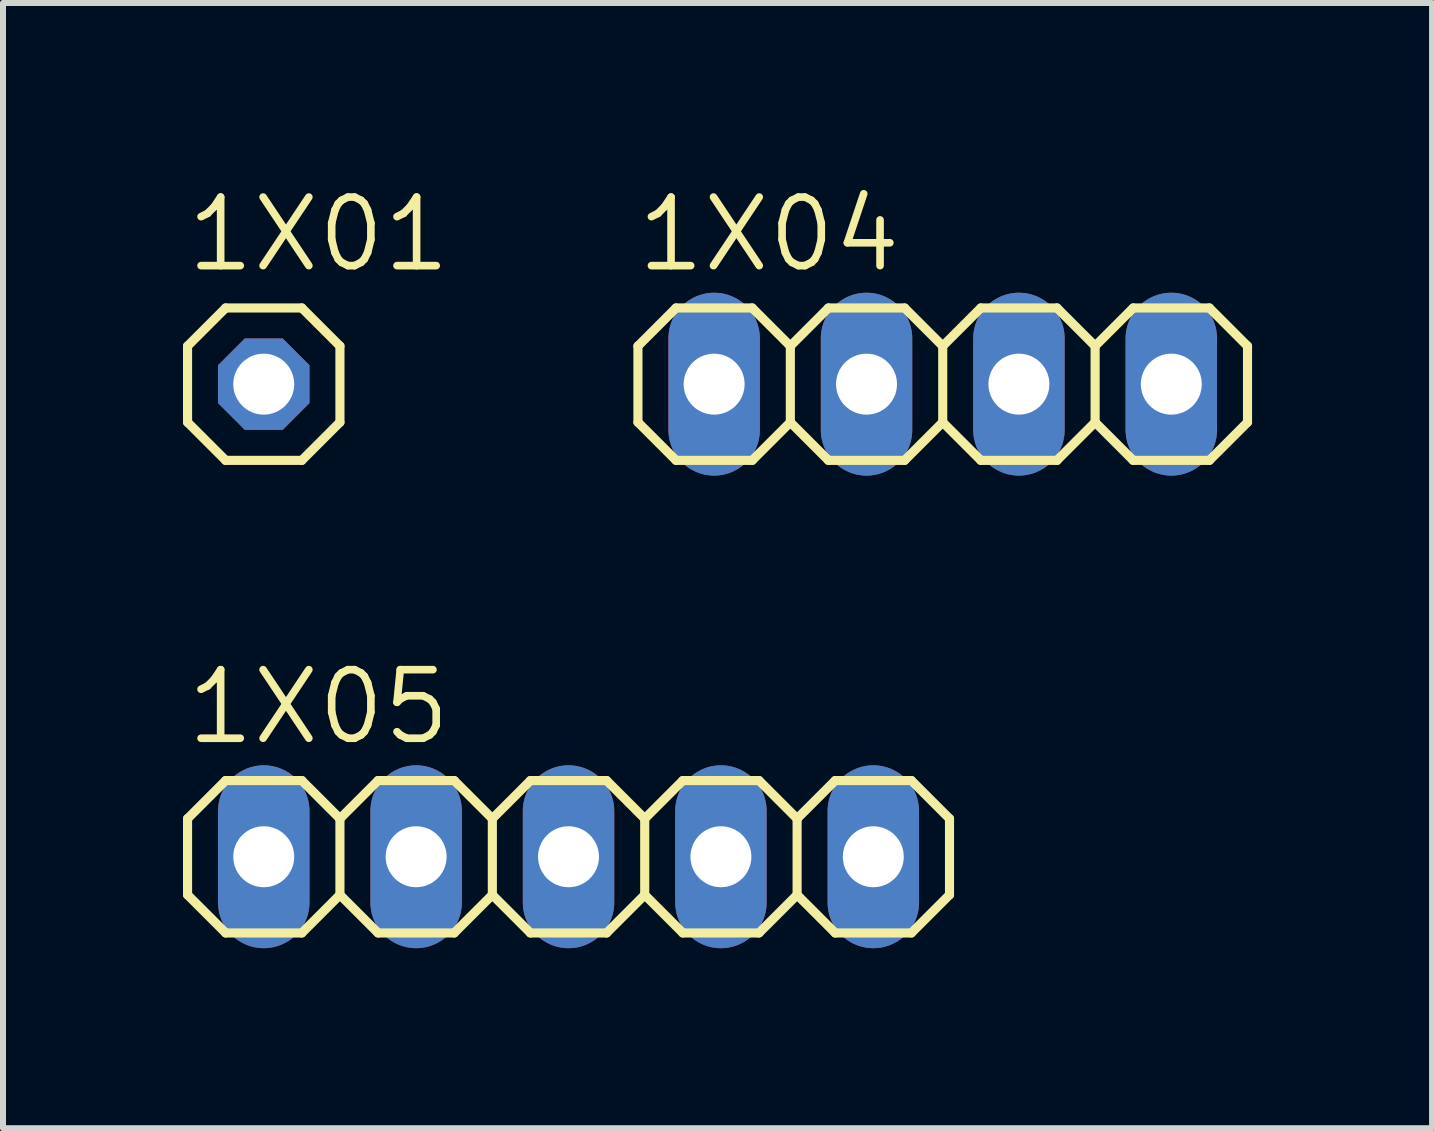
<source format=kicad_pcb>
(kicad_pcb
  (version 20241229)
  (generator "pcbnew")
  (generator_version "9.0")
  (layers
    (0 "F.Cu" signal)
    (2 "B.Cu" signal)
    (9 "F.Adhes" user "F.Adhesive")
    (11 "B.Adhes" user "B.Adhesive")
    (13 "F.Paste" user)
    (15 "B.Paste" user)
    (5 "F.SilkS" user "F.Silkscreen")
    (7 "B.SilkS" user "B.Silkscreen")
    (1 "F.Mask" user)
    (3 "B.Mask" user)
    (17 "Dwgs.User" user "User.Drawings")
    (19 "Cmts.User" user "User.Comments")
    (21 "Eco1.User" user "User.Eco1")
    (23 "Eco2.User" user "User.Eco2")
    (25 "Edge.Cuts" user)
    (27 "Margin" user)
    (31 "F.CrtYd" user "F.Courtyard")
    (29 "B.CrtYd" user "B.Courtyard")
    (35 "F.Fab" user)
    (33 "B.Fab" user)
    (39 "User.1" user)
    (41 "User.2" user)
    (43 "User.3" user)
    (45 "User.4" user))
  (footprint "1X01"
    (layer "F.Cu")
    (at 1.346 3.353)
    (property "Reference" "1X01" (at -1.346 -1.829 0) (unlocked yes) (layer "F.SilkS") (effects (font (size 1.143 1.143) (thickness 0.127)) (justify left bottom)))
    (fp_line (start -1.27 -0.635) (end -1.27 0.635) (stroke (width 0.152) (type solid)) (layer "F.SilkS"))
    (fp_line (start -1.27 0.635) (end -0.635 1.27) (stroke (width 0.152) (type solid)) (layer "F.SilkS"))
    (fp_line (start -0.635 -1.27) (end -1.27 -0.635) (stroke (width 0.152) (type solid)) (layer "F.SilkS"))
    (fp_line (start -0.635 -1.27) (end 0.635 -1.27) (stroke (width 0.152) (type solid)) (layer "F.SilkS"))
    (fp_line (start 0.635 -1.27) (end 1.27 -0.635) (stroke (width 0.152) (type solid)) (layer "F.SilkS"))
    (fp_line (start 0.635 1.27) (end -0.635 1.27) (stroke (width 0.152) (type solid)) (layer "F.SilkS"))
    (fp_line (start 1.27 -0.635) (end 1.27 0.635) (stroke (width 0.152) (type solid)) (layer "F.SilkS"))
    (fp_line (start 1.27 0.635) (end 0.635 1.27) (stroke (width 0.152) (type solid)) (layer "F.SilkS"))
    (fp_poly (pts (xy -0.254 0.254) (xy 0.254 0.254) (xy 0.254 -0.254) (xy -0.254 -0.254)) (stroke (width 0.1) (type default)) (fill no) (layer "F.Fab"))
    (pad "1" thru_hole roundrect (at 0 0) (size 1.524 1.524) (drill 1.016) (layers "*.Cu" "*.Mask") (roundrect_rratio 0.25) (chamfer_ratio 0.293) (chamfer top_left top_right bottom_left bottom_right)))
  (footprint "1X04"
    (layer "F.Cu")
    (at 12.663 3.353)
    (property "Reference" "1X04" (at -5.156 -1.829 0) (unlocked yes) (layer "F.SilkS") (effects (font (size 1.143 1.143) (thickness 0.127)) (justify left bottom)))
    (fp_line (start -5.08 -0.635) (end -5.08 0.635) (stroke (width 0.152) (type solid)) (layer "F.SilkS"))
    (fp_line (start -5.08 0.635) (end -4.445 1.27) (stroke (width 0.152) (type solid)) (layer "F.SilkS"))
    (fp_line (start -4.445 -1.27) (end -5.08 -0.635) (stroke (width 0.152) (type solid)) (layer "F.SilkS"))
    (fp_line (start -4.445 -1.27) (end -3.175 -1.27) (stroke (width 0.152) (type solid)) (layer "F.SilkS"))
    (fp_line (start -3.175 -1.27) (end -2.54 -0.635) (stroke (width 0.152) (type solid)) (layer "F.SilkS"))
    (fp_line (start -3.175 1.27) (end -4.445 1.27) (stroke (width 0.152) (type solid)) (layer "F.SilkS"))
    (fp_line (start -2.54 -0.635) (end -2.54 0.635) (stroke (width 0.152) (type solid)) (layer "F.SilkS"))
    (fp_line (start -2.54 -0.635) (end -1.905 -1.27) (stroke (width 0.152) (type solid)) (layer "F.SilkS"))
    (fp_line (start -2.54 0.635) (end -3.175 1.27) (stroke (width 0.152) (type solid)) (layer "F.SilkS"))
    (fp_line (start -1.905 -1.27) (end -0.635 -1.27) (stroke (width 0.152) (type solid)) (layer "F.SilkS"))
    (fp_line (start -1.905 1.27) (end -2.54 0.635) (stroke (width 0.152) (type solid)) (layer "F.SilkS"))
    (fp_line (start -0.635 -1.27) (end 0 -0.635) (stroke (width 0.152) (type solid)) (layer "F.SilkS"))
    (fp_line (start -0.635 1.27) (end -1.905 1.27) (stroke (width 0.152) (type solid)) (layer "F.SilkS"))
    (fp_line (start 0 -0.635) (end 0 0.635) (stroke (width 0.152) (type solid)) (layer "F.SilkS"))
    (fp_line (start 0 -0.635) (end 0.635 -1.27) (stroke (width 0.152) (type solid)) (layer "F.SilkS"))
    (fp_line (start 0 0.635) (end -0.635 1.27) (stroke (width 0.152) (type solid)) (layer "F.SilkS"))
    (fp_line (start 0.635 -1.27) (end 1.905 -1.27) (stroke (width 0.152) (type solid)) (layer "F.SilkS"))
    (fp_line (start 0.635 1.27) (end 0 0.635) (stroke (width 0.152) (type solid)) (layer "F.SilkS"))
    (fp_line (start 1.905 -1.27) (end 2.54 -0.635) (stroke (width 0.152) (type solid)) (layer "F.SilkS"))
    (fp_line (start 1.905 1.27) (end 0.635 1.27) (stroke (width 0.152) (type solid)) (layer "F.SilkS"))
    (fp_line (start 2.54 -0.635) (end 2.54 0.635) (stroke (width 0.152) (type solid)) (layer "F.SilkS"))
    (fp_line (start 2.54 0.635) (end 1.905 1.27) (stroke (width 0.152) (type solid)) (layer "F.SilkS"))
    (fp_line (start 2.54 0.635) (end 3.175 1.27) (stroke (width 0.152) (type solid)) (layer "F.SilkS"))
    (fp_line (start 3.175 -1.27) (end 2.54 -0.635) (stroke (width 0.152) (type solid)) (layer "F.SilkS"))
    (fp_line (start 3.175 -1.27) (end 4.445 -1.27) (stroke (width 0.152) (type solid)) (layer "F.SilkS"))
    (fp_line (start 4.445 -1.27) (end 5.08 -0.635) (stroke (width 0.152) (type solid)) (layer "F.SilkS"))
    (fp_line (start 4.445 1.27) (end 3.175 1.27) (stroke (width 0.152) (type solid)) (layer "F.SilkS"))
    (fp_line (start 5.08 -0.635) (end 5.08 0.635) (stroke (width 0.152) (type solid)) (layer "F.SilkS"))
    (fp_line (start 5.08 0.635) (end 4.445 1.27) (stroke (width 0.152) (type solid)) (layer "F.SilkS"))
    (fp_poly (pts (xy -4.064 0.254) (xy -3.556 0.254) (xy -3.556 -0.254) (xy -4.064 -0.254)) (stroke (width 0.1) (type default)) (fill no) (layer "F.Fab"))
    (fp_poly (pts (xy -1.524 0.254) (xy -1.016 0.254) (xy -1.016 -0.254) (xy -1.524 -0.254)) (stroke (width 0.1) (type default)) (fill no) (layer "F.Fab"))
    (fp_poly (pts (xy 1.016 0.254) (xy 1.524 0.254) (xy 1.524 -0.254) (xy 1.016 -0.254)) (stroke (width 0.1) (type default)) (fill no) (layer "F.Fab"))
    (fp_poly (pts (xy 3.556 0.254) (xy 4.064 0.254) (xy 4.064 -0.254) (xy 3.556 -0.254)) (stroke (width 0.1) (type default)) (fill no) (layer "F.Fab"))
    (pad "1" thru_hole oval (at -3.81 0 90) (size 3.048 1.524) (drill 1.016) (layers "*.Cu" "*.Mask"))
    (pad "2" thru_hole oval (at -1.27 0 90) (size 3.048 1.524) (drill 1.016) (layers "*.Cu" "*.Mask"))
    (pad "3" thru_hole oval (at 1.27 0 90) (size 3.048 1.524) (drill 1.016) (layers "*.Cu" "*.Mask"))
    (pad "4" thru_hole oval (at 3.81 0 90) (size 3.048 1.524) (drill 1.016) (layers "*.Cu" "*.Mask")))
  (footprint "1X05"
    (layer "F.Cu")
    (at 6.426 11.23)
    (property "Reference" "1X05" (at -6.426 -1.829 0) (unlocked yes) (layer "F.SilkS") (effects (font (size 1.143 1.143) (thickness 0.127)) (justify left bottom)))
    (fp_line (start -6.35 -0.635) (end -6.35 0.635) (stroke (width 0.152) (type solid)) (layer "F.SilkS"))
    (fp_line (start -6.35 0.635) (end -5.715 1.27) (stroke (width 0.152) (type solid)) (layer "F.SilkS"))
    (fp_line (start -5.715 -1.27) (end -6.35 -0.635) (stroke (width 0.152) (type solid)) (layer "F.SilkS"))
    (fp_line (start -5.715 -1.27) (end -4.445 -1.27) (stroke (width 0.152) (type solid)) (layer "F.SilkS"))
    (fp_line (start -4.445 -1.27) (end -3.81 -0.635) (stroke (width 0.152) (type solid)) (layer "F.SilkS"))
    (fp_line (start -4.445 1.27) (end -5.715 1.27) (stroke (width 0.152) (type solid)) (layer "F.SilkS"))
    (fp_line (start -3.81 -0.635) (end -3.81 0.635) (stroke (width 0.152) (type solid)) (layer "F.SilkS"))
    (fp_line (start -3.81 -0.635) (end -3.175 -1.27) (stroke (width 0.152) (type solid)) (layer "F.SilkS"))
    (fp_line (start -3.81 0.635) (end -4.445 1.27) (stroke (width 0.152) (type solid)) (layer "F.SilkS"))
    (fp_line (start -3.175 -1.27) (end -1.905 -1.27) (stroke (width 0.152) (type solid)) (layer "F.SilkS"))
    (fp_line (start -3.175 1.27) (end -3.81 0.635) (stroke (width 0.152) (type solid)) (layer "F.SilkS"))
    (fp_line (start -1.905 -1.27) (end -1.27 -0.635) (stroke (width 0.152) (type solid)) (layer "F.SilkS"))
    (fp_line (start -1.905 1.27) (end -3.175 1.27) (stroke (width 0.152) (type solid)) (layer "F.SilkS"))
    (fp_line (start -1.27 -0.635) (end -1.27 0.635) (stroke (width 0.152) (type solid)) (layer "F.SilkS"))
    (fp_line (start -1.27 -0.635) (end -0.635 -1.27) (stroke (width 0.152) (type solid)) (layer "F.SilkS"))
    (fp_line (start -1.27 0.635) (end -1.905 1.27) (stroke (width 0.152) (type solid)) (layer "F.SilkS"))
    (fp_line (start -0.635 -1.27) (end 0.635 -1.27) (stroke (width 0.152) (type solid)) (layer "F.SilkS"))
    (fp_line (start -0.635 1.27) (end -1.27 0.635) (stroke (width 0.152) (type solid)) (layer "F.SilkS"))
    (fp_line (start 0.635 -1.27) (end 1.27 -0.635) (stroke (width 0.152) (type solid)) (layer "F.SilkS"))
    (fp_line (start 0.635 1.27) (end -0.635 1.27) (stroke (width 0.152) (type solid)) (layer "F.SilkS"))
    (fp_line (start 1.27 -0.635) (end 1.27 0.635) (stroke (width 0.152) (type solid)) (layer "F.SilkS"))
    (fp_line (start 1.27 0.635) (end 0.635 1.27) (stroke (width 0.152) (type solid)) (layer "F.SilkS"))
    (fp_line (start 1.27 0.635) (end 1.905 1.27) (stroke (width 0.152) (type solid)) (layer "F.SilkS"))
    (fp_line (start 1.905 -1.27) (end 1.27 -0.635) (stroke (width 0.152) (type solid)) (layer "F.SilkS"))
    (fp_line (start 1.905 -1.27) (end 3.175 -1.27) (stroke (width 0.152) (type solid)) (layer "F.SilkS"))
    (fp_line (start 3.175 -1.27) (end 3.81 -0.635) (stroke (width 0.152) (type solid)) (layer "F.SilkS"))
    (fp_line (start 3.175 1.27) (end 1.905 1.27) (stroke (width 0.152) (type solid)) (layer "F.SilkS"))
    (fp_line (start 3.81 -0.635) (end 3.81 0.635) (stroke (width 0.152) (type solid)) (layer "F.SilkS"))
    (fp_line (start 3.81 0.635) (end 3.175 1.27) (stroke (width 0.152) (type solid)) (layer "F.SilkS"))
    (fp_line (start 3.81 0.635) (end 4.445 1.27) (stroke (width 0.152) (type solid)) (layer "F.SilkS"))
    (fp_line (start 4.445 -1.27) (end 3.81 -0.635) (stroke (width 0.152) (type solid)) (layer "F.SilkS"))
    (fp_line (start 4.445 -1.27) (end 5.715 -1.27) (stroke (width 0.152) (type solid)) (layer "F.SilkS"))
    (fp_line (start 5.715 -1.27) (end 6.35 -0.635) (stroke (width 0.152) (type solid)) (layer "F.SilkS"))
    (fp_line (start 5.715 1.27) (end 4.445 1.27) (stroke (width 0.152) (type solid)) (layer "F.SilkS"))
    (fp_line (start 6.35 -0.635) (end 6.35 0.635) (stroke (width 0.152) (type solid)) (layer "F.SilkS"))
    (fp_line (start 6.35 0.635) (end 5.715 1.27) (stroke (width 0.152) (type solid)) (layer "F.SilkS"))
    (fp_poly (pts (xy -5.334 0.254) (xy -4.826 0.254) (xy -4.826 -0.254) (xy -5.334 -0.254)) (stroke (width 0.1) (type default)) (fill no) (layer "F.Fab"))
    (fp_poly (pts (xy -2.794 0.254) (xy -2.286 0.254) (xy -2.286 -0.254) (xy -2.794 -0.254)) (stroke (width 0.1) (type default)) (fill no) (layer "F.Fab"))
    (fp_poly (pts (xy -0.254 0.254) (xy 0.254 0.254) (xy 0.254 -0.254) (xy -0.254 -0.254)) (stroke (width 0.1) (type default)) (fill no) (layer "F.Fab"))
    (fp_poly (pts (xy 2.286 0.254) (xy 2.794 0.254) (xy 2.794 -0.254) (xy 2.286 -0.254)) (stroke (width 0.1) (type default)) (fill no) (layer "F.Fab"))
    (fp_poly (pts (xy 4.826 0.254) (xy 5.334 0.254) (xy 5.334 -0.254) (xy 4.826 -0.254)) (stroke (width 0.1) (type default)) (fill no) (layer "F.Fab"))
    (pad "1" thru_hole oval (at -5.08 0 90) (size 3.048 1.524) (drill 1.016) (layers "*.Cu" "*.Mask"))
    (pad "2" thru_hole oval (at -2.54 0 90) (size 3.048 1.524) (drill 1.016) (layers "*.Cu" "*.Mask"))
    (pad "3" thru_hole oval (at 0 0 90) (size 3.048 1.524) (drill 1.016) (layers "*.Cu" "*.Mask"))
    (pad "4" thru_hole oval (at 2.54 0 90) (size 3.048 1.524) (drill 1.016) (layers "*.Cu" "*.Mask"))
    (pad "5" thru_hole oval (at 5.08 0 90) (size 3.048 1.524) (drill 1.016) (layers "*.Cu" "*.Mask")))
  (gr_rect
    (start -3 -3)
    (end 20.819 15.754)
    (stroke (width 0.1) (type default))
    (fill no)
    (layer "Edge.Cuts")))
</source>
